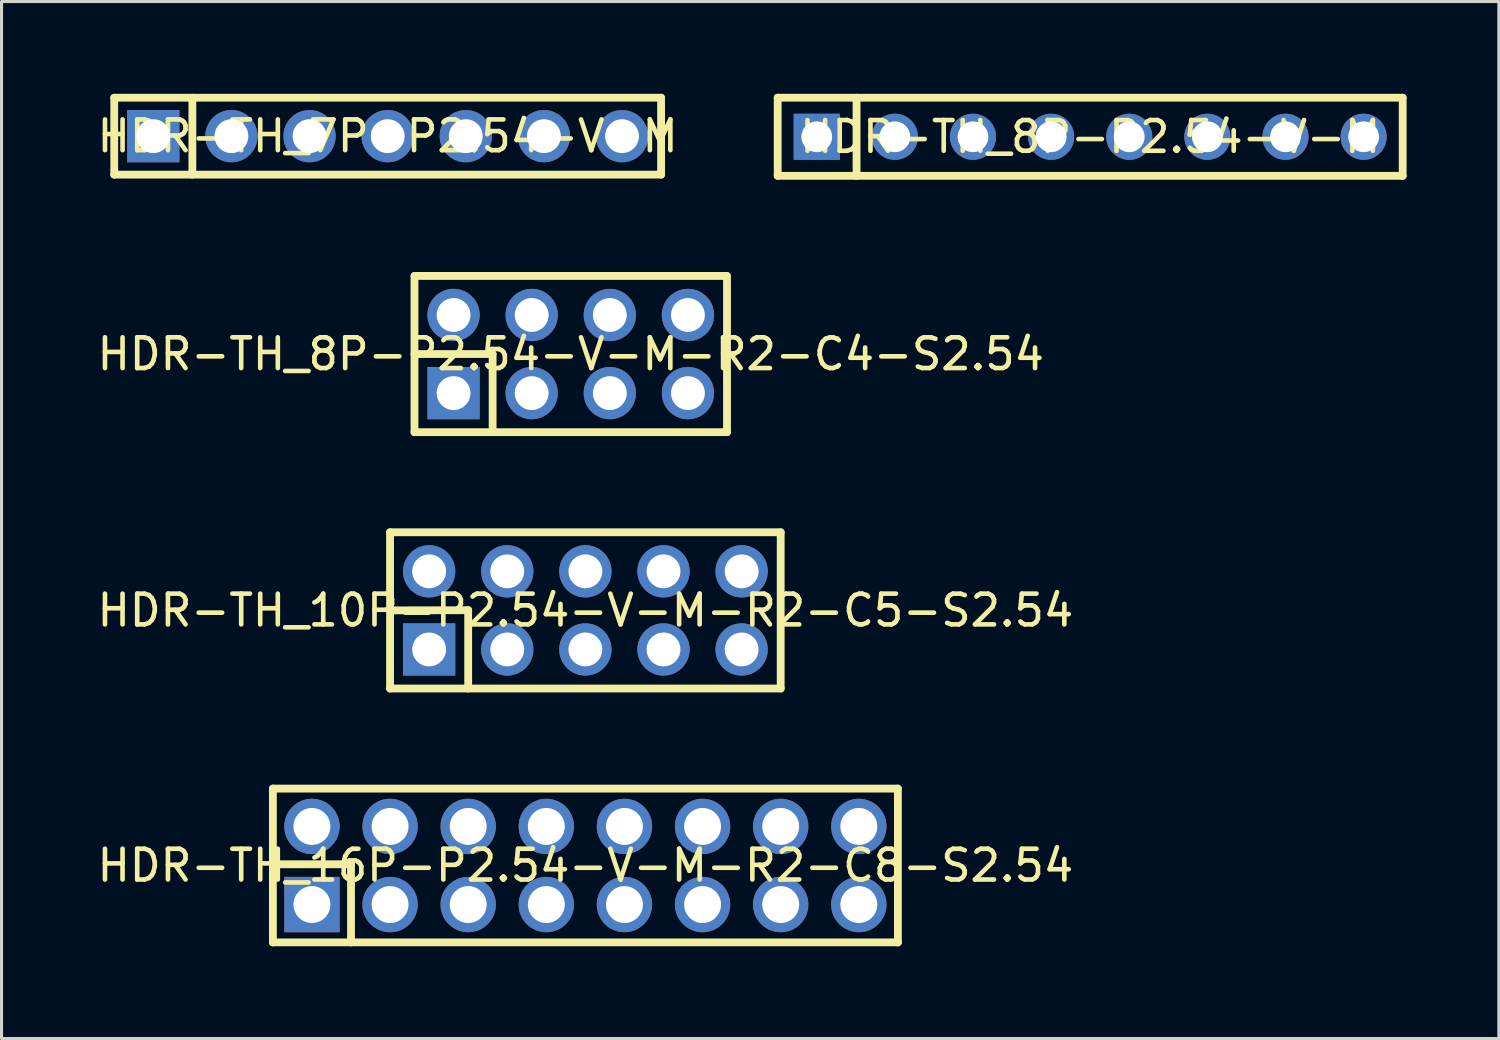
<source format=kicad_pcb>
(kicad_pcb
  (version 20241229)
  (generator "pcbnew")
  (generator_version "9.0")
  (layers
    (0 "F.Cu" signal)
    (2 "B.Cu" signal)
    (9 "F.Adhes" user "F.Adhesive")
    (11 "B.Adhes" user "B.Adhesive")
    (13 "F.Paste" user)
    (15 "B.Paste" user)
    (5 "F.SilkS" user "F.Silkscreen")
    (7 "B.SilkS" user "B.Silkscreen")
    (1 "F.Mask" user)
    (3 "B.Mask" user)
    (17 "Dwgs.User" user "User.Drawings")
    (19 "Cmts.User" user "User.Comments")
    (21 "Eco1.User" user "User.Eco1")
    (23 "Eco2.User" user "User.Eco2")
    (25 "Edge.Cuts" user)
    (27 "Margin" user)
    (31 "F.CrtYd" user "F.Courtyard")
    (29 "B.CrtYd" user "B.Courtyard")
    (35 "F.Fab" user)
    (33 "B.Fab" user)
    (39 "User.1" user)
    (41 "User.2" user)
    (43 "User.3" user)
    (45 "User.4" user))
  (footprint "HDR-TH_10P-P2.54-V-M-R2-C5-S2.54"
    (layer "F.Cu")
    (at 15.982 16.795)
    (property "Reference" "HDR-TH_10P-P2.54-V-M-R2-C5-S2.54" (at 0 0 0) (layer "F.SilkS") (effects (font (size 1 1) (thickness 0.15))))
    (fp_line (start -6.35 -2.54) (end -6.35 2.54) (stroke (width 0.254) (type default)) (layer "F.SilkS"))
    (fp_line (start -6.35 -2.54) (end 6.35 -2.54) (stroke (width 0.254) (type default)) (layer "F.SilkS"))
    (fp_line (start -6.35 0) (end -3.81 -0.007) (stroke (width 0.254) (type default)) (layer "F.SilkS"))
    (fp_line (start -6.35 2.54) (end 6.35 2.54) (stroke (width 0.254) (type default)) (layer "F.SilkS"))
    (fp_line (start -3.81 -0.007) (end -3.81 2.54) (stroke (width 0.254) (type default)) (layer "F.SilkS"))
    (fp_line (start 6.35 -2.54) (end 6.35 2.54) (stroke (width 0.254) (type default)) (layer "F.SilkS"))
    (fp_poly (pts (xy -5.4 -1.59) (xy -4.76 -1.59) (xy -4.76 -0.95) (xy -5.4 -0.95)) (stroke (width 0.1) (type default)) (fill no) (layer "User.1"))
    (fp_poly (pts (xy -5.4 0.95) (xy -4.76 0.95) (xy -4.76 1.59) (xy -5.4 1.59)) (stroke (width 0.1) (type default)) (fill no) (layer "User.1"))
    (fp_poly (pts (xy -2.86 -1.59) (xy -2.22 -1.59) (xy -2.22 -0.95) (xy -2.86 -0.95)) (stroke (width 0.1) (type default)) (fill no) (layer "User.1"))
    (fp_poly (pts (xy -2.86 0.95) (xy -2.22 0.95) (xy -2.22 1.59) (xy -2.86 1.59)) (stroke (width 0.1) (type default)) (fill no) (layer "User.1"))
    (fp_poly (pts (xy -0.32 -1.59) (xy 0.32 -1.59) (xy 0.32 -0.95) (xy -0.32 -0.95)) (stroke (width 0.1) (type default)) (fill no) (layer "User.1"))
    (fp_poly (pts (xy -0.32 0.95) (xy 0.32 0.95) (xy 0.32 1.59) (xy -0.32 1.59)) (stroke (width 0.1) (type default)) (fill no) (layer "User.1"))
    (fp_poly (pts (xy 2.22 -1.59) (xy 2.86 -1.59) (xy 2.86 -0.95) (xy 2.22 -0.95)) (stroke (width 0.1) (type default)) (fill no) (layer "User.1"))
    (fp_poly (pts (xy 2.22 0.95) (xy 2.86 0.95) (xy 2.86 1.59) (xy 2.22 1.59)) (stroke (width 0.1) (type default)) (fill no) (layer "User.1"))
    (fp_poly (pts (xy 4.76 -1.59) (xy 5.4 -1.59) (xy 5.4 -0.95) (xy 4.76 -0.95)) (stroke (width 0.1) (type default)) (fill no) (layer "User.1"))
    (fp_poly (pts (xy 4.76 0.95) (xy 5.4 0.95) (xy 5.4 1.59) (xy 4.76 1.59)) (stroke (width 0.1) (type default)) (fill no) (layer "User.1"))
    (fp_line (start -6.35 -2.5) (end 6.35 -2.5) (stroke (width 0.051) (type default)) (layer "User.2"))
    (fp_line (start -6.35 2.5) (end -6.35 -2.5) (stroke (width 0.051) (type default)) (layer "User.2"))
    (fp_line (start 6.35 -2.5) (end 6.35 2.5) (stroke (width 0.051) (type default)) (layer "User.2"))
    (fp_line (start 6.35 2.5) (end -6.35 2.5) (stroke (width 0.051) (type default)) (layer "User.2"))
    (fp_poly (pts (xy -6.29 2.5) (xy -6.308 2.458) (xy -6.35 2.44) (xy -6.392 2.458) (xy -6.41 2.5) (xy -6.392 2.542) (xy -6.35 2.56) (xy -6.308 2.542)) (stroke (width 0.1) (type default)) (fill no) (layer "User.3"))
    (pad "1" thru_hole rect (at -5.08 1.27) (size 1.7 1.7) (drill 1.1) (layers "*.Cu" "*.Mask"))
    (pad "2" thru_hole circle (at -5.08 -1.27) (size 1.7 1.7) (drill 1.1) (layers "*.Cu" "*.Mask"))
    (pad "3" thru_hole circle (at -2.54 1.27) (size 1.7 1.7) (drill 1.1) (layers "*.Cu" "*.Mask"))
    (pad "4" thru_hole circle (at -2.54 -1.27) (size 1.7 1.7) (drill 1.1) (layers "*.Cu" "*.Mask"))
    (pad "5" thru_hole circle (at 0 1.27) (size 1.7 1.7) (drill 1.1) (layers "*.Cu" "*.Mask"))
    (pad "6" thru_hole circle (at 0 -1.27) (size 1.7 1.7) (drill 1.1) (layers "*.Cu" "*.Mask"))
    (pad "7" thru_hole circle (at 2.54 1.27) (size 1.7 1.7) (drill 1.1) (layers "*.Cu" "*.Mask"))
    (pad "8" thru_hole circle (at 2.54 -1.27) (size 1.7 1.7) (drill 1.1) (layers "*.Cu" "*.Mask"))
    (pad "9" thru_hole circle (at 5.08 1.27) (size 1.7 1.7) (drill 1.1) (layers "*.Cu" "*.Mask"))
    (pad "10" thru_hole circle (at 5.08 -1.27) (size 1.7 1.7) (drill 1.1) (layers "*.Cu" "*.Mask")))
  (footprint "HDR-TH_8P-P2.54-V-M"
    (layer "F.Cu")
    (at 32.394 1.397)
    (property "Reference" "HDR-TH_8P-P2.54-V-M" (at 0 0 0) (layer "F.SilkS") (effects (font (size 1 1) (thickness 0.15))))
    (fp_line (start -10.16 -1.27) (end 10.16 -1.27) (stroke (width 0.254) (type default)) (layer "F.SilkS"))
    (fp_line (start -10.16 1.27) (end -10.16 -1.27) (stroke (width 0.254) (type default)) (layer "F.SilkS"))
    (fp_line (start -7.596 -1.27) (end -7.596 1.27) (stroke (width 0.254) (type default)) (layer "F.SilkS"))
    (fp_line (start 10.16 -1.27) (end 10.16 1.27) (stroke (width 0.254) (type default)) (layer "F.SilkS"))
    (fp_line (start 10.16 1.27) (end -10.16 1.27) (stroke (width 0.254) (type default)) (layer "F.SilkS"))
    (fp_poly (pts (xy -9.21 -0.32) (xy -8.57 -0.32) (xy -8.57 0.32) (xy -9.21 0.32)) (stroke (width 0.1) (type default)) (fill no) (layer "User.1"))
    (fp_poly (pts (xy -6.67 -0.32) (xy -6.03 -0.32) (xy -6.03 0.32) (xy -6.67 0.32)) (stroke (width 0.1) (type default)) (fill no) (layer "User.1"))
    (fp_poly (pts (xy -4.13 -0.32) (xy -3.49 -0.32) (xy -3.49 0.32) (xy -4.13 0.32)) (stroke (width 0.1) (type default)) (fill no) (layer "User.1"))
    (fp_poly (pts (xy -1.59 -0.32) (xy -0.95 -0.32) (xy -0.95 0.32) (xy -1.59 0.32)) (stroke (width 0.1) (type default)) (fill no) (layer "User.1"))
    (fp_poly (pts (xy 0.95 -0.32) (xy 1.59 -0.32) (xy 1.59 0.32) (xy 0.95 0.32)) (stroke (width 0.1) (type default)) (fill no) (layer "User.1"))
    (fp_poly (pts (xy 3.49 -0.32) (xy 4.13 -0.32) (xy 4.13 0.32) (xy 3.49 0.32)) (stroke (width 0.1) (type default)) (fill no) (layer "User.1"))
    (fp_poly (pts (xy 6.03 -0.32) (xy 6.67 -0.32) (xy 6.67 0.32) (xy 6.03 0.32)) (stroke (width 0.1) (type default)) (fill no) (layer "User.1"))
    (fp_poly (pts (xy 8.57 -0.32) (xy 9.21 -0.32) (xy 9.21 0.32) (xy 8.57 0.32)) (stroke (width 0.1) (type default)) (fill no) (layer "User.1"))
    (fp_line (start -10.16 -1.25) (end 10.16 -1.25) (stroke (width 0.051) (type default)) (layer "User.2"))
    (fp_line (start -10.16 1.25) (end -10.16 -1.25) (stroke (width 0.051) (type default)) (layer "User.2"))
    (fp_line (start 10.16 -1.25) (end 10.16 1.25) (stroke (width 0.051) (type default)) (layer "User.2"))
    (fp_line (start 10.16 1.25) (end -10.16 1.25) (stroke (width 0.051) (type default)) (layer "User.2"))
    (fp_poly (pts (xy -10.1 1.25) (xy -10.118 1.208) (xy -10.16 1.19) (xy -10.202 1.208) (xy -10.22 1.25) (xy -10.202 1.292) (xy -10.16 1.31) (xy -10.118 1.292)) (stroke (width 0.1) (type default)) (fill no) (layer "User.3"))
    (pad "1" thru_hole rect (at -8.89 0) (size 1.5 1.5) (drill 1) (layers "*.Cu" "*.Mask"))
    (pad "2" thru_hole circle (at -6.35 0) (size 1.5 1.5) (drill 1) (layers "*.Cu" "*.Mask"))
    (pad "3" thru_hole circle (at -3.81 0) (size 1.5 1.5) (drill 1) (layers "*.Cu" "*.Mask"))
    (pad "4" thru_hole circle (at -1.27 0) (size 1.5 1.5) (drill 1) (layers "*.Cu" "*.Mask"))
    (pad "5" thru_hole circle (at 1.27 0) (size 1.5 1.5) (drill 1) (layers "*.Cu" "*.Mask"))
    (pad "6" thru_hole circle (at 3.81 0) (size 1.5 1.5) (drill 1) (layers "*.Cu" "*.Mask"))
    (pad "7" thru_hole circle (at 6.35 0) (size 1.5 1.5) (drill 1) (layers "*.Cu" "*.Mask"))
    (pad "8" thru_hole circle (at 8.89 0) (size 1.5 1.5) (drill 1) (layers "*.Cu" "*.Mask")))
  (footprint "HDR-TH_7P-P2.54-V-M"
    (layer "F.Cu")
    (at 9.554 1.377)
    (property "Reference" "HDR-TH_7P-P2.54-V-M" (at 0 0 0) (layer "F.SilkS") (effects (font (size 1 1) (thickness 0.15))))
    (fp_line (start -8.89 -1.25) (end -8.89 1.25) (stroke (width 0.254) (type default)) (layer "F.SilkS"))
    (fp_line (start -8.89 1.25) (end 8.89 1.25) (stroke (width 0.254) (type default)) (layer "F.SilkS"))
    (fp_line (start -6.35 -1.25) (end -6.35 1.25) (stroke (width 0.254) (type default)) (layer "F.SilkS"))
    (fp_line (start 8.89 -1.25) (end -8.89 -1.25) (stroke (width 0.254) (type default)) (layer "F.SilkS"))
    (fp_line (start 8.89 1.25) (end 8.89 -1.25) (stroke (width 0.254) (type default)) (layer "F.SilkS"))
    (fp_poly (pts (xy -7.94 -0.32) (xy -7.3 -0.32) (xy -7.3 0.32) (xy -7.94 0.32)) (stroke (width 0.1) (type default)) (fill no) (layer "User.1"))
    (fp_poly (pts (xy -5.4 -0.32) (xy -4.76 -0.32) (xy -4.76 0.32) (xy -5.4 0.32)) (stroke (width 0.1) (type default)) (fill no) (layer "User.1"))
    (fp_poly (pts (xy -2.86 -0.32) (xy -2.22 -0.32) (xy -2.22 0.32) (xy -2.86 0.32)) (stroke (width 0.1) (type default)) (fill no) (layer "User.1"))
    (fp_poly (pts (xy -0.32 -0.32) (xy 0.32 -0.32) (xy 0.32 0.32) (xy -0.32 0.32)) (stroke (width 0.1) (type default)) (fill no) (layer "User.1"))
    (fp_poly (pts (xy 2.22 -0.32) (xy 2.86 -0.32) (xy 2.86 0.32) (xy 2.22 0.32)) (stroke (width 0.1) (type default)) (fill no) (layer "User.1"))
    (fp_poly (pts (xy 4.76 -0.32) (xy 5.4 -0.32) (xy 5.4 0.32) (xy 4.76 0.32)) (stroke (width 0.1) (type default)) (fill no) (layer "User.1"))
    (fp_poly (pts (xy 7.3 -0.32) (xy 7.94 -0.32) (xy 7.94 0.32) (xy 7.3 0.32)) (stroke (width 0.1) (type default)) (fill no) (layer "User.1"))
    (fp_line (start -8.89 -1.25) (end -8.89 1.25) (stroke (width 0.051) (type default)) (layer "User.2"))
    (fp_line (start -8.89 1.25) (end 8.89 1.25) (stroke (width 0.051) (type default)) (layer "User.2"))
    (fp_line (start 8.89 -1.25) (end -8.89 -1.25) (stroke (width 0.051) (type default)) (layer "User.2"))
    (fp_line (start 8.89 1.25) (end 8.89 -1.25) (stroke (width 0.051) (type default)) (layer "User.2"))
    (fp_poly (pts (xy -8.815 1.25) (xy -8.833 1.208) (xy -8.875 1.19) (xy -8.917 1.208) (xy -8.935 1.25) (xy -8.917 1.292) (xy -8.875 1.31) (xy -8.833 1.292)) (stroke (width 0.1) (type default)) (fill no) (layer "User.3"))
    (pad "1" thru_hole rect (at -7.62 0) (size 1.7 1.7) (drill 1.1) (layers "*.Cu" "*.Mask"))
    (pad "2" thru_hole circle (at -5.08 0) (size 1.7 1.7) (drill 1.1) (layers "*.Cu" "*.Mask"))
    (pad "3" thru_hole circle (at -2.54 0) (size 1.7 1.7) (drill 1.1) (layers "*.Cu" "*.Mask"))
    (pad "4" thru_hole circle (at 0 0) (size 1.7 1.7) (drill 1.1) (layers "*.Cu" "*.Mask"))
    (pad "5" thru_hole circle (at 2.54 0) (size 1.7 1.7) (drill 1.1) (layers "*.Cu" "*.Mask"))
    (pad "6" thru_hole circle (at 5.08 0) (size 1.7 1.7) (drill 1.1) (layers "*.Cu" "*.Mask"))
    (pad "7" thru_hole circle (at 7.62 0) (size 1.7 1.7) (drill 1.1) (layers "*.Cu" "*.Mask")))
  (footprint "HDR-TH_8P-P2.54-V-M-R2-C4-S2.54"
    (layer "F.Cu")
    (at 15.506 8.461)
    (property "Reference" "HDR-TH_8P-P2.54-V-M-R2-C4-S2.54" (at 0 0 0) (layer "F.SilkS") (effects (font (size 1 1) (thickness 0.15))))
    (fp_line (start -5.08 -2.54) (end 5.07 -2.54) (stroke (width 0.254) (type default)) (layer "F.SilkS"))
    (fp_line (start -5.08 0) (end -2.54 0) (stroke (width 0.254) (type default)) (layer "F.SilkS"))
    (fp_line (start -5.08 2.54) (end -5.08 -2.54) (stroke (width 0.254) (type default)) (layer "F.SilkS"))
    (fp_line (start -2.54 0) (end -2.54 2.54) (stroke (width 0.254) (type default)) (layer "F.SilkS"))
    (fp_line (start 5.08 -2.54) (end 5.08 2.54) (stroke (width 0.254) (type default)) (layer "F.SilkS"))
    (fp_line (start 5.08 2.54) (end -5.08 2.54) (stroke (width 0.254) (type default)) (layer "F.SilkS"))
    (fp_poly (pts (xy -4.13 -1.59) (xy -3.49 -1.59) (xy -3.49 -0.95) (xy -4.13 -0.95)) (stroke (width 0.1) (type default)) (fill no) (layer "User.1"))
    (fp_poly (pts (xy -4.13 0.95) (xy -3.49 0.95) (xy -3.49 1.59) (xy -4.13 1.59)) (stroke (width 0.1) (type default)) (fill no) (layer "User.1"))
    (fp_poly (pts (xy -1.59 -1.59) (xy -0.95 -1.59) (xy -0.95 -0.95) (xy -1.59 -0.95)) (stroke (width 0.1) (type default)) (fill no) (layer "User.1"))
    (fp_poly (pts (xy -1.59 0.95) (xy -0.95 0.95) (xy -0.95 1.59) (xy -1.59 1.59)) (stroke (width 0.1) (type default)) (fill no) (layer "User.1"))
    (fp_poly (pts (xy 0.95 -1.59) (xy 1.59 -1.59) (xy 1.59 -0.95) (xy 0.95 -0.95)) (stroke (width 0.1) (type default)) (fill no) (layer "User.1"))
    (fp_poly (pts (xy 0.95 0.95) (xy 1.59 0.95) (xy 1.59 1.59) (xy 0.95 1.59)) (stroke (width 0.1) (type default)) (fill no) (layer "User.1"))
    (fp_poly (pts (xy 3.49 -1.59) (xy 4.13 -1.59) (xy 4.13 -0.95) (xy 3.49 -0.95)) (stroke (width 0.1) (type default)) (fill no) (layer "User.1"))
    (fp_poly (pts (xy 3.49 0.95) (xy 4.13 0.95) (xy 4.13 1.59) (xy 3.49 1.59)) (stroke (width 0.1) (type default)) (fill no) (layer "User.1"))
    (fp_line (start -5.08 -2.5) (end 5.08 -2.5) (stroke (width 0.051) (type default)) (layer "User.2"))
    (fp_line (start -5.08 2.5) (end -5.08 -2.5) (stroke (width 0.051) (type default)) (layer "User.2"))
    (fp_line (start 5.08 -2.5) (end 5.08 2.5) (stroke (width 0.051) (type default)) (layer "User.2"))
    (fp_line (start 5.08 2.5) (end -5.08 2.5) (stroke (width 0.051) (type default)) (layer "User.2"))
    (fp_poly (pts (xy -5.02 2.5) (xy -5.038 2.458) (xy -5.08 2.44) (xy -5.122 2.458) (xy -5.14 2.5) (xy -5.122 2.542) (xy -5.08 2.56) (xy -5.038 2.542)) (stroke (width 0.1) (type default)) (fill no) (layer "User.3"))
    (pad "1" thru_hole rect (at -3.81 1.27) (size 1.7 1.7) (drill 1.1) (layers "*.Cu" "*.Mask"))
    (pad "2" thru_hole circle (at -3.81 -1.27) (size 1.7 1.7) (drill 1.1) (layers "*.Cu" "*.Mask"))
    (pad "3" thru_hole circle (at -1.27 1.27) (size 1.7 1.7) (drill 1.1) (layers "*.Cu" "*.Mask"))
    (pad "4" thru_hole circle (at -1.27 -1.27) (size 1.7 1.7) (drill 1.1) (layers "*.Cu" "*.Mask"))
    (pad "5" thru_hole circle (at 1.27 1.27) (size 1.7 1.7) (drill 1.1) (layers "*.Cu" "*.Mask"))
    (pad "6" thru_hole circle (at 1.27 -1.27) (size 1.7 1.7) (drill 1.1) (layers "*.Cu" "*.Mask"))
    (pad "7" thru_hole circle (at 3.81 1.27) (size 1.7 1.7) (drill 1.1) (layers "*.Cu" "*.Mask"))
    (pad "8" thru_hole circle (at 3.81 -1.27) (size 1.7 1.7) (drill 1.1) (layers "*.Cu" "*.Mask")))
  (footprint "HDR-TH_16P-P2.54-V-M-R2-C8-S2.54"
    (layer "F.Cu")
    (at 15.982 25.089)
    (property "Reference" "HDR-TH_16P-P2.54-V-M-R2-C8-S2.54" (at 0 0 0) (layer "F.SilkS") (effects (font (size 1 1) (thickness 0.15))))
    (fp_line (start -10.16 -2.5) (end -10.16 2.5) (stroke (width 0.254) (type default)) (layer "F.SilkS"))
    (fp_line (start -10.16 2.5) (end 10.16 2.5) (stroke (width 0.254) (type default)) (layer "F.SilkS"))
    (fp_line (start -7.62 -0.04) (end -10.16 -0.04) (stroke (width 0.254) (type default)) (layer "F.SilkS"))
    (fp_line (start -7.62 2.5) (end -7.62 -0.04) (stroke (width 0.254) (type default)) (layer "F.SilkS"))
    (fp_line (start 10.16 -2.5) (end -10.16 -2.5) (stroke (width 0.254) (type default)) (layer "F.SilkS"))
    (fp_line (start 10.16 2.5) (end 10.16 -2.5) (stroke (width 0.254) (type default)) (layer "F.SilkS"))
    (fp_poly (pts (xy -9.21 -1.59) (xy -8.57 -1.59) (xy -8.57 -0.95) (xy -9.21 -0.95)) (stroke (width 0.1) (type default)) (fill no) (layer "User.1"))
    (fp_poly (pts (xy -9.21 0.95) (xy -8.57 0.95) (xy -8.57 1.59) (xy -9.21 1.59)) (stroke (width 0.1) (type default)) (fill no) (layer "User.1"))
    (fp_poly (pts (xy -6.67 -1.59) (xy -6.03 -1.59) (xy -6.03 -0.95) (xy -6.67 -0.95)) (stroke (width 0.1) (type default)) (fill no) (layer "User.1"))
    (fp_poly (pts (xy -6.67 0.95) (xy -6.03 0.95) (xy -6.03 1.59) (xy -6.67 1.59)) (stroke (width 0.1) (type default)) (fill no) (layer "User.1"))
    (fp_poly (pts (xy -4.13 -1.59) (xy -3.49 -1.59) (xy -3.49 -0.95) (xy -4.13 -0.95)) (stroke (width 0.1) (type default)) (fill no) (layer "User.1"))
    (fp_poly (pts (xy -4.13 0.95) (xy -3.49 0.95) (xy -3.49 1.59) (xy -4.13 1.59)) (stroke (width 0.1) (type default)) (fill no) (layer "User.1"))
    (fp_poly (pts (xy -1.59 -1.59) (xy -0.95 -1.59) (xy -0.95 -0.95) (xy -1.59 -0.95)) (stroke (width 0.1) (type default)) (fill no) (layer "User.1"))
    (fp_poly (pts (xy -1.59 0.95) (xy -0.95 0.95) (xy -0.95 1.59) (xy -1.59 1.59)) (stroke (width 0.1) (type default)) (fill no) (layer "User.1"))
    (fp_poly (pts (xy 0.95 -1.59) (xy 1.59 -1.59) (xy 1.59 -0.95) (xy 0.95 -0.95)) (stroke (width 0.1) (type default)) (fill no) (layer "User.1"))
    (fp_poly (pts (xy 0.95 0.95) (xy 1.59 0.95) (xy 1.59 1.59) (xy 0.95 1.59)) (stroke (width 0.1) (type default)) (fill no) (layer "User.1"))
    (fp_poly (pts (xy 3.49 -1.59) (xy 4.13 -1.59) (xy 4.13 -0.95) (xy 3.49 -0.95)) (stroke (width 0.1) (type default)) (fill no) (layer "User.1"))
    (fp_poly (pts (xy 3.49 0.95) (xy 4.13 0.95) (xy 4.13 1.59) (xy 3.49 1.59)) (stroke (width 0.1) (type default)) (fill no) (layer "User.1"))
    (fp_poly (pts (xy 6.03 -1.59) (xy 6.67 -1.59) (xy 6.67 -0.95) (xy 6.03 -0.95)) (stroke (width 0.1) (type default)) (fill no) (layer "User.1"))
    (fp_poly (pts (xy 6.03 0.95) (xy 6.67 0.95) (xy 6.67 1.59) (xy 6.03 1.59)) (stroke (width 0.1) (type default)) (fill no) (layer "User.1"))
    (fp_poly (pts (xy 8.57 -1.59) (xy 9.21 -1.59) (xy 9.21 -0.95) (xy 8.57 -0.95)) (stroke (width 0.1) (type default)) (fill no) (layer "User.1"))
    (fp_poly (pts (xy 8.57 0.95) (xy 9.21 0.95) (xy 9.21 1.59) (xy 8.57 1.59)) (stroke (width 0.1) (type default)) (fill no) (layer "User.1"))
    (fp_line (start -10.16 -2.5) (end 10.16 -2.5) (stroke (width 0.051) (type default)) (layer "User.2"))
    (fp_line (start -10.16 2.5) (end -10.16 -2.5) (stroke (width 0.051) (type default)) (layer "User.2"))
    (fp_line (start 10.16 -2.5) (end 10.16 2.5) (stroke (width 0.051) (type default)) (layer "User.2"))
    (fp_line (start 10.16 2.5) (end -10.16 2.5) (stroke (width 0.051) (type default)) (layer "User.2"))
    (fp_poly (pts (xy -10.1 2.5) (xy -10.118 2.458) (xy -10.16 2.44) (xy -10.202 2.458) (xy -10.22 2.5) (xy -10.202 2.542) (xy -10.16 2.56) (xy -10.118 2.542)) (stroke (width 0.1) (type default)) (fill no) (layer "User.3"))
    (pad "1" thru_hole rect (at -8.89 1.27) (size 1.8 1.8) (drill 1.2) (layers "*.Cu" "*.Mask"))
    (pad "2" thru_hole circle (at -8.89 -1.27) (size 1.8 1.8) (drill 1.2) (layers "*.Cu" "*.Mask"))
    (pad "3" thru_hole circle (at -6.35 1.27) (size 1.8 1.8) (drill 1.2) (layers "*.Cu" "*.Mask"))
    (pad "4" thru_hole circle (at -6.35 -1.27) (size 1.8 1.8) (drill 1.2) (layers "*.Cu" "*.Mask"))
    (pad "5" thru_hole circle (at -3.81 1.27) (size 1.8 1.8) (drill 1.2) (layers "*.Cu" "*.Mask"))
    (pad "6" thru_hole circle (at -3.81 -1.27) (size 1.8 1.8) (drill 1.2) (layers "*.Cu" "*.Mask"))
    (pad "7" thru_hole circle (at -1.27 1.27) (size 1.8 1.8) (drill 1.2) (layers "*.Cu" "*.Mask"))
    (pad "8" thru_hole circle (at -1.27 -1.27) (size 1.8 1.8) (drill 1.2) (layers "*.Cu" "*.Mask"))
    (pad "9" thru_hole circle (at 1.27 1.27) (size 1.8 1.8) (drill 1.2) (layers "*.Cu" "*.Mask"))
    (pad "10" thru_hole circle (at 1.27 -1.27) (size 1.8 1.8) (drill 1.2) (layers "*.Cu" "*.Mask"))
    (pad "11" thru_hole circle (at 3.81 1.27) (size 1.8 1.8) (drill 1.2) (layers "*.Cu" "*.Mask"))
    (pad "12" thru_hole circle (at 3.81 -1.27) (size 1.8 1.8) (drill 1.2) (layers "*.Cu" "*.Mask"))
    (pad "13" thru_hole circle (at 6.35 1.27) (size 1.8 1.8) (drill 1.2) (layers "*.Cu" "*.Mask"))
    (pad "14" thru_hole circle (at 6.35 -1.27) (size 1.8 1.8) (drill 1.2) (layers "*.Cu" "*.Mask"))
    (pad "15" thru_hole circle (at 8.89 1.27) (size 1.8 1.8) (drill 1.2) (layers "*.Cu" "*.Mask"))
    (pad "16" thru_hole circle (at 8.89 -1.27) (size 1.8 1.8) (drill 1.2) (layers "*.Cu" "*.Mask")))
  (gr_rect
    (start -3 -3)
    (end 45.681 30.716)
    (stroke (width 0.1) (type default))
    (fill no)
    (layer "Edge.Cuts")))
</source>
